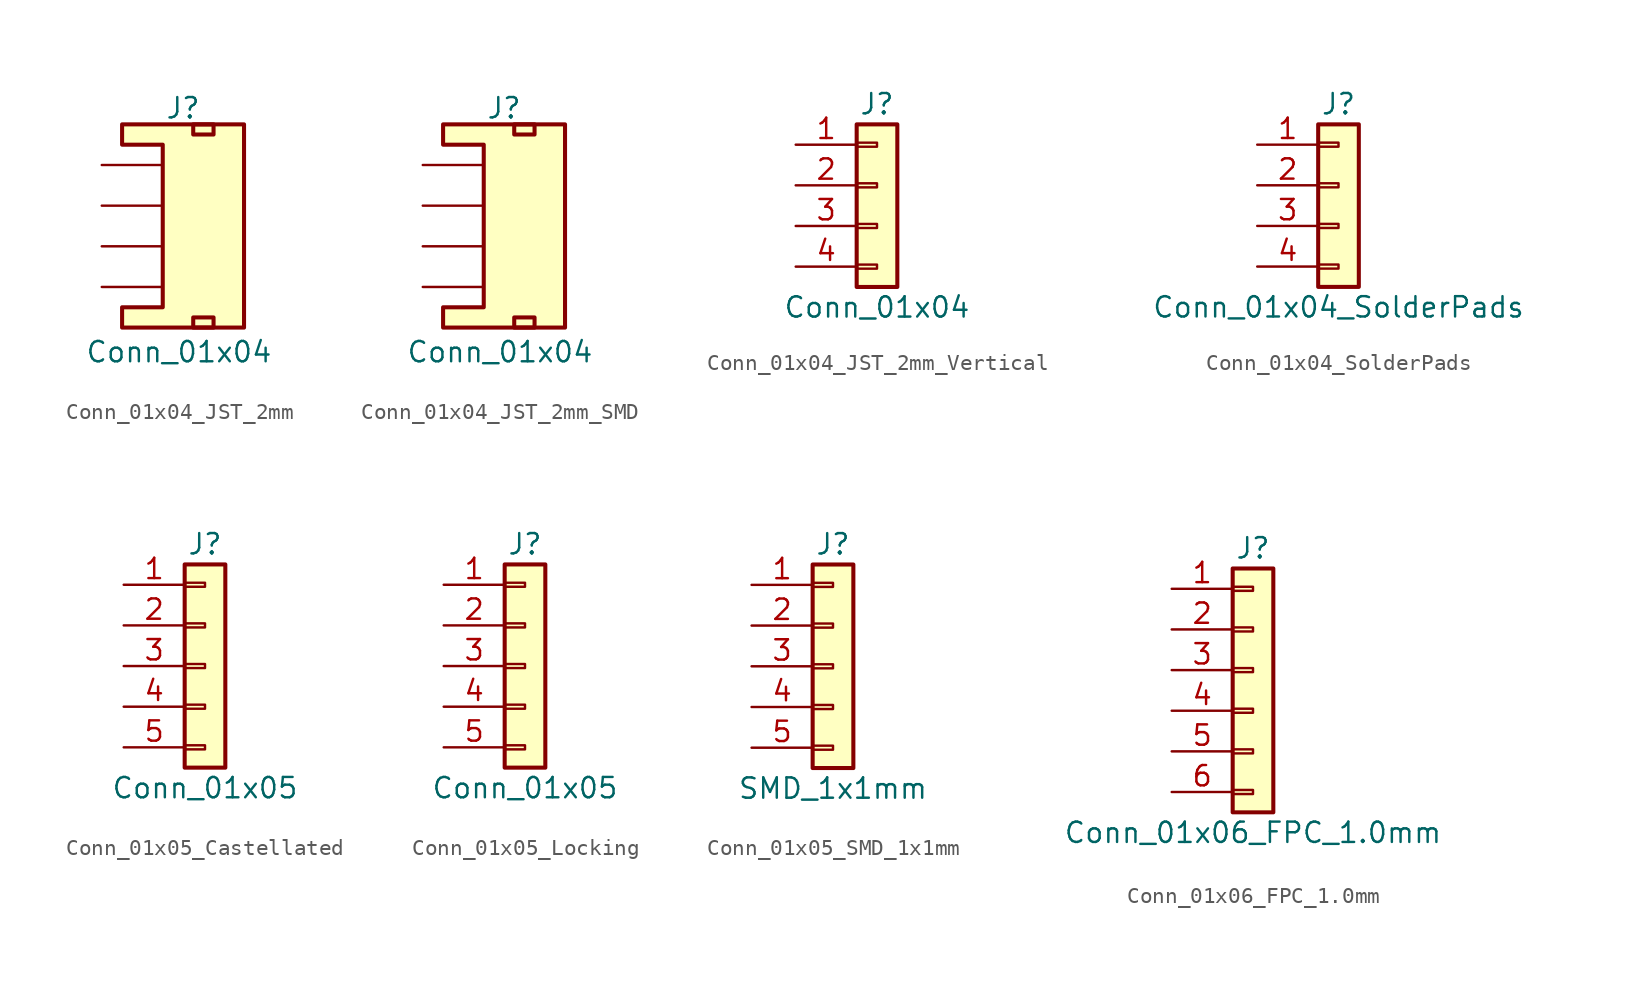
<source format=kicad_sym>
(kicad_symbol_lib
  (version 20231120)
  (generator "kicad_symbol_editor")
  (generator_version "8.0")
  (symbol "Conn_01x04_JST_2mm"
    (pin_numbers hide)
    (pin_names
      (offset 1.016) hide)
    (property "Reference" "J"
      (at 0 6.096 0)
      (effects (font (size 1.27 1.27))))
    (property "Value" "Conn_01x04"
      (at -0.254 -9.144 0)
      (effects (font (size 1.27 1.27))))
    (symbol "Conn_01x04_JST_2mm_1_1"
      (polyline (pts (xy -1.27 3.81) (xy -3.81 3.81) (xy -3.81 5.08) (xy 3.81 5.08) (xy 3.81 -7.62) (xy -3.81 -7.62) (xy -3.81 -6.35) (xy -1.27 -6.35) (xy -1.27 3.81)) (stroke (width 0.254) (type default)) (fill (type background)))
      (rectangle (start 0.635 -6.985) (end 1.905 -7.62) (stroke (width 0.254) (type default)) (fill (type none)))
      (rectangle (start 0.635 5.08) (end 1.905 4.445) (stroke (width 0.254) (type default)) (fill (type none)))
      (pin passive line (at -5.08 2.54 0) (length 3.81) (name "1" (effects (font (size 1.27 1.27)))) (number "1" (effects (font (size 1.27 1.27)))))
      (pin passive line (at -5.08 0 0) (length 3.81) (name "2" (effects (font (size 1.27 1.27)))) (number "2" (effects (font (size 1.27 1.27)))))
      (pin passive line (at -5.08 -2.54 0) (length 3.81) (name "3" (effects (font (size 1.27 1.27)))) (number "3" (effects (font (size 1.27 1.27)))))
      (pin passive line (at -5.08 -5.08 0) (length 3.81) (name "4" (effects (font (size 1.27 1.27)))) (number "4" (effects (font (size 1.27 1.27)))))))
  (symbol "Conn_01x04_JST_2mm_SMD"
    (pin_numbers hide)
    (pin_names
      (offset 1.016) hide)
    (property "Reference" "J"
      (at 0 6.096 0)
      (effects (font (size 1.27 1.27))))
    (property "Value" "Conn_01x04"
      (at -0.254 -9.144 0)
      (effects (font (size 1.27 1.27))))
    (symbol "Conn_01x04_JST_2mm_SMD_1_1"
      (polyline (pts (xy -1.27 3.81) (xy -3.81 3.81) (xy -3.81 5.08) (xy 3.81 5.08) (xy 3.81 -7.62) (xy -3.81 -7.62) (xy -3.81 -6.35) (xy -1.27 -6.35) (xy -1.27 3.81)) (stroke (width 0.254) (type default)) (fill (type background)))
      (rectangle (start 0.635 -6.985) (end 1.905 -7.62) (stroke (width 0.254) (type default)) (fill (type none)))
      (rectangle (start 0.635 5.08) (end 1.905 4.445) (stroke (width 0.254) (type default)) (fill (type none)))
      (pin passive line (at -5.08 2.54 0) (length 3.81) (name "1" (effects (font (size 1.27 1.27)))) (number "1" (effects (font (size 1.27 1.27)))))
      (pin passive line (at -5.08 0 0) (length 3.81) (name "2" (effects (font (size 1.27 1.27)))) (number "2" (effects (font (size 1.27 1.27)))))
      (pin passive line (at -5.08 -2.54 0) (length 3.81) (name "3" (effects (font (size 1.27 1.27)))) (number "3" (effects (font (size 1.27 1.27)))))
      (pin passive line (at -5.08 -5.08 0) (length 3.81) (name "4" (effects (font (size 1.27 1.27)))) (number "4" (effects (font (size 1.27 1.27)))))))
  (symbol "Conn_01x04_JST_2mm_Vertical"
    (pin_names
      (offset 1.016) hide)
    (property "Reference" "J"
      (at 0 5.08 0)
      (effects (font (size 1.27 1.27))))
    (property "Value" "Conn_01x04"
      (at 0 -7.62 0)
      (effects (font (size 1.27 1.27))))
    (symbol "Conn_01x04_JST_2mm_Vertical_1_1"
      (rectangle (start -1.27 -4.953) (end 0 -5.207) (stroke (width 0.152) (type default)) (fill (type none)))
      (rectangle (start -1.27 -2.413) (end 0 -2.667) (stroke (width 0.152) (type default)) (fill (type none)))
      (rectangle (start -1.27 0.127) (end 0 -0.127) (stroke (width 0.152) (type default)) (fill (type none)))
      (rectangle (start -1.27 2.667) (end 0 2.413) (stroke (width 0.152) (type default)) (fill (type none)))
      (rectangle (start -1.27 3.81) (end 1.27 -6.35) (stroke (width 0.254) (type default)) (fill (type background)))
      (pin passive line (at -5.08 2.54 0) (length 3.81) (name "Pin_1" (effects (font (size 1.27 1.27)))) (number "1" (effects (font (size 1.27 1.27)))))
      (pin passive line (at -5.08 0 0) (length 3.81) (name "Pin_2" (effects (font (size 1.27 1.27)))) (number "2" (effects (font (size 1.27 1.27)))))
      (pin passive line (at -5.08 -2.54 0) (length 3.81) (name "Pin_3" (effects (font (size 1.27 1.27)))) (number "3" (effects (font (size 1.27 1.27)))))
      (pin passive line (at -5.08 -5.08 0) (length 3.81) (name "Pin_4" (effects (font (size 1.27 1.27)))) (number "4" (effects (font (size 1.27 1.27)))))))
  (symbol "Conn_01x04_SolderPads"
    (pin_names
      (offset 1.016) hide)
    (property "Reference" "J"
      (at 0 5.08 0)
      (effects (font (size 1.27 1.27))))
    (property "Value" "Conn_01x04_SolderPads"
      (at 0 -7.62 0)
      (effects (font (size 1.27 1.27))))
    (symbol "Conn_01x04_SolderPads_1_1"
      (rectangle (start -1.27 -4.953) (end 0 -5.207) (stroke (width 0.152) (type default)) (fill (type none)))
      (rectangle (start -1.27 -2.413) (end 0 -2.667) (stroke (width 0.152) (type default)) (fill (type none)))
      (rectangle (start -1.27 0.127) (end 0 -0.127) (stroke (width 0.152) (type default)) (fill (type none)))
      (rectangle (start -1.27 2.667) (end 0 2.413) (stroke (width 0.152) (type default)) (fill (type none)))
      (rectangle (start -1.27 3.81) (end 1.27 -6.35) (stroke (width 0.254) (type default)) (fill (type background)))
      (pin passive line (at -5.08 2.54 0) (length 3.81) (name "Pin_1" (effects (font (size 1.27 1.27)))) (number "1" (effects (font (size 1.27 1.27)))))
      (pin passive line (at -5.08 0 0) (length 3.81) (name "Pin_2" (effects (font (size 1.27 1.27)))) (number "2" (effects (font (size 1.27 1.27)))))
      (pin passive line (at -5.08 -2.54 0) (length 3.81) (name "Pin_3" (effects (font (size 1.27 1.27)))) (number "3" (effects (font (size 1.27 1.27)))))
      (pin passive line (at -5.08 -5.08 0) (length 3.81) (name "Pin_4" (effects (font (size 1.27 1.27)))) (number "4" (effects (font (size 1.27 1.27)))))))
  (symbol "Conn_01x05_Castellated"
    (pin_names
      (offset 1.016) hide)
    (property "Reference" "J"
      (at 0 7.62 0)
      (effects (font (size 1.27 1.27))))
    (property "Value" "Conn_01x05"
      (at 0 -7.62 0)
      (effects (font (size 1.27 1.27))))
    (symbol "Conn_01x05_Castellated_1_1"
      (rectangle (start -1.27 -4.953) (end 0 -5.207) (stroke (width 0.152) (type default)) (fill (type none)))
      (rectangle (start -1.27 -2.413) (end 0 -2.667) (stroke (width 0.152) (type default)) (fill (type none)))
      (rectangle (start -1.27 0.127) (end 0 -0.127) (stroke (width 0.152) (type default)) (fill (type none)))
      (rectangle (start -1.27 2.667) (end 0 2.413) (stroke (width 0.152) (type default)) (fill (type none)))
      (rectangle (start -1.27 5.207) (end 0 4.953) (stroke (width 0.152) (type default)) (fill (type none)))
      (rectangle (start -1.27 6.35) (end 1.27 -6.35) (stroke (width 0.254) (type default)) (fill (type background)))
      (pin passive line (at -5.08 5.08 0) (length 3.81) (name "Pin_1" (effects (font (size 1.27 1.27)))) (number "1" (effects (font (size 1.27 1.27)))))
      (pin passive line (at -5.08 2.54 0) (length 3.81) (name "Pin_2" (effects (font (size 1.27 1.27)))) (number "2" (effects (font (size 1.27 1.27)))))
      (pin passive line (at -5.08 0 0) (length 3.81) (name "Pin_3" (effects (font (size 1.27 1.27)))) (number "3" (effects (font (size 1.27 1.27)))))
      (pin passive line (at -5.08 -2.54 0) (length 3.81) (name "Pin_4" (effects (font (size 1.27 1.27)))) (number "4" (effects (font (size 1.27 1.27)))))
      (pin passive line (at -5.08 -5.08 0) (length 3.81) (name "Pin_5" (effects (font (size 1.27 1.27)))) (number "5" (effects (font (size 1.27 1.27)))))))
  (symbol "Conn_01x05_Locking"
    (pin_names
      (offset 1.016) hide)
    (property "Reference" "J"
      (at 0 7.62 0)
      (effects (font (size 1.27 1.27))))
    (property "Value" "Conn_01x05"
      (at 0 -7.62 0)
      (effects (font (size 1.27 1.27))))
    (symbol "Conn_01x05_Locking_1_1"
      (rectangle (start -1.27 -4.953) (end 0 -5.207) (stroke (width 0.152) (type default)) (fill (type none)))
      (rectangle (start -1.27 -2.413) (end 0 -2.667) (stroke (width 0.152) (type default)) (fill (type none)))
      (rectangle (start -1.27 0.127) (end 0 -0.127) (stroke (width 0.152) (type default)) (fill (type none)))
      (rectangle (start -1.27 2.667) (end 0 2.413) (stroke (width 0.152) (type default)) (fill (type none)))
      (rectangle (start -1.27 5.207) (end 0 4.953) (stroke (width 0.152) (type default)) (fill (type none)))
      (rectangle (start -1.27 6.35) (end 1.27 -6.35) (stroke (width 0.254) (type default)) (fill (type background)))
      (pin passive line (at -5.08 5.08 0) (length 3.81) (name "Pin_1" (effects (font (size 1.27 1.27)))) (number "1" (effects (font (size 1.27 1.27)))))
      (pin passive line (at -5.08 2.54 0) (length 3.81) (name "Pin_2" (effects (font (size 1.27 1.27)))) (number "2" (effects (font (size 1.27 1.27)))))
      (pin passive line (at -5.08 0 0) (length 3.81) (name "Pin_3" (effects (font (size 1.27 1.27)))) (number "3" (effects (font (size 1.27 1.27)))))
      (pin passive line (at -5.08 -2.54 0) (length 3.81) (name "Pin_4" (effects (font (size 1.27 1.27)))) (number "4" (effects (font (size 1.27 1.27)))))
      (pin passive line (at -5.08 -5.08 0) (length 3.81) (name "Pin_5" (effects (font (size 1.27 1.27)))) (number "5" (effects (font (size 1.27 1.27)))))))
  (symbol "Conn_01x05_SMD_1x1mm"
    (pin_names
      (offset 1.016) hide)
    (property "Reference" "J"
      (at 0 7.62 0)
      (effects (font (size 1.27 1.27))))
    (property "Value" "SMD_1x1mm"
      (at 0 -7.62 0)
      (effects (font (size 1.27 1.27))))
    (symbol "Conn_01x05_SMD_1x1mm_1_1"
      (rectangle (start -1.27 -4.953) (end 0 -5.207) (stroke (width 0.152) (type default)) (fill (type none)))
      (rectangle (start -1.27 -2.413) (end 0 -2.667) (stroke (width 0.152) (type default)) (fill (type none)))
      (rectangle (start -1.27 0.127) (end 0 -0.127) (stroke (width 0.152) (type default)) (fill (type none)))
      (rectangle (start -1.27 2.667) (end 0 2.413) (stroke (width 0.152) (type default)) (fill (type none)))
      (rectangle (start -1.27 5.207) (end 0 4.953) (stroke (width 0.152) (type default)) (fill (type none)))
      (rectangle (start -1.27 6.35) (end 1.27 -6.35) (stroke (width 0.254) (type default)) (fill (type background)))
      (pin passive line (at -5.08 5.08 0) (length 3.81) (name "Pin_1" (effects (font (size 1.27 1.27)))) (number "1" (effects (font (size 1.27 1.27)))))
      (pin passive line (at -5.08 2.54 0) (length 3.81) (name "Pin_2" (effects (font (size 1.27 1.27)))) (number "2" (effects (font (size 1.27 1.27)))))
      (pin passive line (at -5.08 0 0) (length 3.81) (name "Pin_3" (effects (font (size 1.27 1.27)))) (number "3" (effects (font (size 1.27 1.27)))))
      (pin passive line (at -5.08 -2.54 0) (length 3.81) (name "Pin_4" (effects (font (size 1.27 1.27)))) (number "4" (effects (font (size 1.27 1.27)))))
      (pin passive line (at -5.08 -5.08 0) (length 3.81) (name "Pin_5" (effects (font (size 1.27 1.27)))) (number "5" (effects (font (size 1.27 1.27)))))))
  (symbol "Conn_01x06_FPC_1.0mm"
    (pin_names
      (offset 1.016) hide)
    (property "Reference" "J"
      (at 0 7.62 0)
      (effects (font (size 1.27 1.27))))
    (property "Value" "Conn_01x06_FPC_1.0mm"
      (at 0 -10.16 0)
      (effects (font (size 1.27 1.27))))
    (symbol "Conn_01x06_FPC_1.0mm_1_1"
      (rectangle (start -1.27 -7.493) (end 0 -7.747) (stroke (width 0.152) (type default)) (fill (type none)))
      (rectangle (start -1.27 -4.953) (end 0 -5.207) (stroke (width 0.152) (type default)) (fill (type none)))
      (rectangle (start -1.27 -2.413) (end 0 -2.667) (stroke (width 0.152) (type default)) (fill (type none)))
      (rectangle (start -1.27 0.127) (end 0 -0.127) (stroke (width 0.152) (type default)) (fill (type none)))
      (rectangle (start -1.27 2.667) (end 0 2.413) (stroke (width 0.152) (type default)) (fill (type none)))
      (rectangle (start -1.27 5.207) (end 0 4.953) (stroke (width 0.152) (type default)) (fill (type none)))
      (rectangle (start -1.27 6.35) (end 1.27 -8.89) (stroke (width 0.254) (type default)) (fill (type background)))
      (pin passive line (at -5.08 5.08 0) (length 3.81) (name "Pin_1" (effects (font (size 1.27 1.27)))) (number "1" (effects (font (size 1.27 1.27)))))
      (pin passive line (at -5.08 2.54 0) (length 3.81) (name "Pin_2" (effects (font (size 1.27 1.27)))) (number "2" (effects (font (size 1.27 1.27)))))
      (pin passive line (at -5.08 0 0) (length 3.81) (name "Pin_3" (effects (font (size 1.27 1.27)))) (number "3" (effects (font (size 1.27 1.27)))))
      (pin passive line (at -5.08 -2.54 0) (length 3.81) (name "Pin_4" (effects (font (size 1.27 1.27)))) (number "4" (effects (font (size 1.27 1.27)))))
      (pin passive line (at -5.08 -5.08 0) (length 3.81) (name "Pin_5" (effects (font (size 1.27 1.27)))) (number "5" (effects (font (size 1.27 1.27)))))
      (pin passive line (at -5.08 -7.62 0) (length 3.81) (name "Pin_6" (effects (font (size 1.27 1.27)))) (number "6" (effects (font (size 1.27 1.27))))))))
</source>
